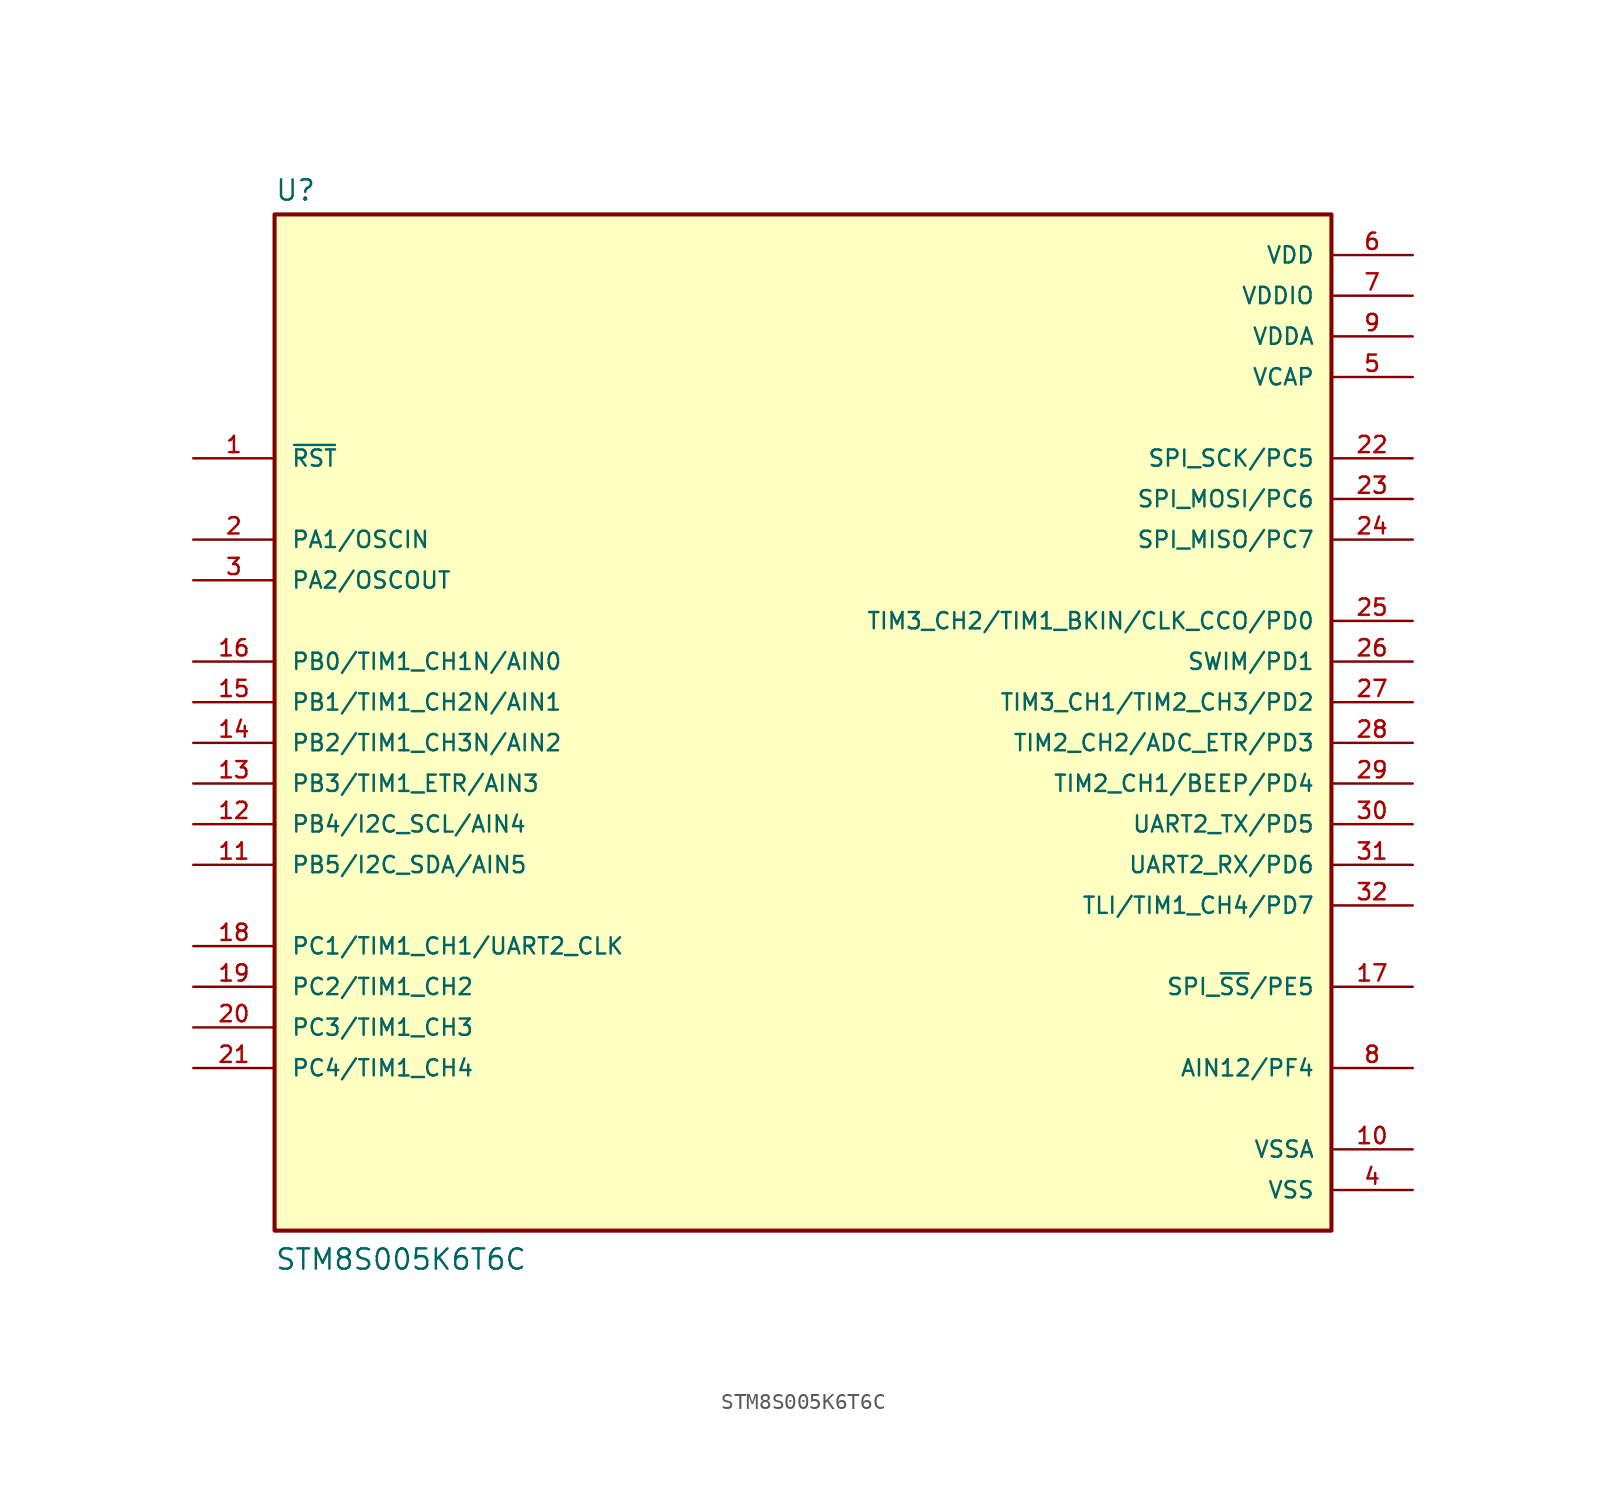
<source format=kicad_sym>
(kicad_symbol_lib
  (version 20211014)
  (generator kicad_symbol_editor)
  (symbol "STM8S005K6T6C"
    (pin_names
      (offset 1.016))
    (property "Reference" "U"
      (at -33.02 33.782 0)
      (effects (font (size 1.27 1.27)) (justify bottom left)))
    (property "Value" "STM8S005K6T6C"
      (at -33.02 -33.02 0)
      (effects (font (size 1.27 1.27)) (justify bottom left)))
    (symbol "STM8S005K6T6C_0_0"
      (rectangle (start -33.02 -30.48) (end 33.02 33.02) (stroke (width 0.254)) (fill (type background)))
      (pin bidirectional line (at -38.1 17.78 0) (length 5.08) (name "~{RST}" (effects (font (size 1.016 1.016)))) (number "1" (effects (font (size 1.016 1.016)))))
      (pin bidirectional line (at -38.1 12.7 0) (length 5.08) (name "PA1/OSCIN" (effects (font (size 1.016 1.016)))) (number "2" (effects (font (size 1.016 1.016)))))
      (pin bidirectional line (at -38.1 10.16 0) (length 5.08) (name "PA2/OSCOUT" (effects (font (size 1.016 1.016)))) (number "3" (effects (font (size 1.016 1.016)))))
      (pin power_in line (at 38.1 -27.94 180.0) (length 5.08) (name "VSS" (effects (font (size 1.016 1.016)))) (number "4" (effects (font (size 1.016 1.016)))))
      (pin power_in line (at 38.1 22.86 180.0) (length 5.08) (name "VCAP" (effects (font (size 1.016 1.016)))) (number "5" (effects (font (size 1.016 1.016)))))
      (pin power_in line (at 38.1 30.48 180.0) (length 5.08) (name "VDD" (effects (font (size 1.016 1.016)))) (number "6" (effects (font (size 1.016 1.016)))))
      (pin power_in line (at 38.1 27.94 180.0) (length 5.08) (name "VDDIO" (effects (font (size 1.016 1.016)))) (number "7" (effects (font (size 1.016 1.016)))))
      (pin bidirectional line (at 38.1 -20.32 180.0) (length 5.08) (name "AIN12/PF4" (effects (font (size 1.016 1.016)))) (number "8" (effects (font (size 1.016 1.016)))))
      (pin power_in line (at 38.1 25.4 180.0) (length 5.08) (name "VDDA" (effects (font (size 1.016 1.016)))) (number "9" (effects (font (size 1.016 1.016)))))
      (pin power_in line (at 38.1 -25.4 180.0) (length 5.08) (name "VSSA" (effects (font (size 1.016 1.016)))) (number "10" (effects (font (size 1.016 1.016)))))
      (pin bidirectional line (at -38.1 -7.62 0) (length 5.08) (name "PB5/I2C_SDA/AIN5" (effects (font (size 1.016 1.016)))) (number "11" (effects (font (size 1.016 1.016)))))
      (pin bidirectional line (at -38.1 -5.08 0) (length 5.08) (name "PB4/I2C_SCL/AIN4" (effects (font (size 1.016 1.016)))) (number "12" (effects (font (size 1.016 1.016)))))
      (pin bidirectional line (at -38.1 -2.54 0) (length 5.08) (name "PB3/TIM1_ETR/AIN3" (effects (font (size 1.016 1.016)))) (number "13" (effects (font (size 1.016 1.016)))))
      (pin bidirectional line (at -38.1 0.0 0) (length 5.08) (name "PB2/TIM1_CH3N/AIN2" (effects (font (size 1.016 1.016)))) (number "14" (effects (font (size 1.016 1.016)))))
      (pin bidirectional line (at -38.1 2.54 0) (length 5.08) (name "PB1/TIM1_CH2N/AIN1" (effects (font (size 1.016 1.016)))) (number "15" (effects (font (size 1.016 1.016)))))
      (pin bidirectional line (at -38.1 5.08 0) (length 5.08) (name "PB0/TIM1_CH1N/AIN0" (effects (font (size 1.016 1.016)))) (number "16" (effects (font (size 1.016 1.016)))))
      (pin bidirectional line (at 38.1 -15.24 180.0) (length 5.08) (name "SPI_~{SS}/PE5" (effects (font (size 1.016 1.016)))) (number "17" (effects (font (size 1.016 1.016)))))
      (pin bidirectional line (at -38.1 -12.7 0) (length 5.08) (name "PC1/TIM1_CH1/UART2_CLK" (effects (font (size 1.016 1.016)))) (number "18" (effects (font (size 1.016 1.016)))))
      (pin bidirectional line (at -38.1 -15.24 0) (length 5.08) (name "PC2/TIM1_CH2" (effects (font (size 1.016 1.016)))) (number "19" (effects (font (size 1.016 1.016)))))
      (pin bidirectional line (at -38.1 -17.78 0) (length 5.08) (name "PC3/TIM1_CH3" (effects (font (size 1.016 1.016)))) (number "20" (effects (font (size 1.016 1.016)))))
      (pin bidirectional line (at -38.1 -20.32 0) (length 5.08) (name "PC4/TIM1_CH4" (effects (font (size 1.016 1.016)))) (number "21" (effects (font (size 1.016 1.016)))))
      (pin bidirectional line (at 38.1 17.78 180.0) (length 5.08) (name "SPI_SCK/PC5" (effects (font (size 1.016 1.016)))) (number "22" (effects (font (size 1.016 1.016)))))
      (pin bidirectional line (at 38.1 15.24 180.0) (length 5.08) (name "SPI_MOSI/PC6" (effects (font (size 1.016 1.016)))) (number "23" (effects (font (size 1.016 1.016)))))
      (pin bidirectional line (at 38.1 12.7 180.0) (length 5.08) (name "SPI_MISO/PC7" (effects (font (size 1.016 1.016)))) (number "24" (effects (font (size 1.016 1.016)))))
      (pin bidirectional line (at 38.1 7.62 180.0) (length 5.08) (name "TIM3_CH2/TIM1_BKIN/CLK_CCO/PD0" (effects (font (size 1.016 1.016)))) (number "25" (effects (font (size 1.016 1.016)))))
      (pin bidirectional line (at 38.1 5.08 180.0) (length 5.08) (name "SWIM/PD1" (effects (font (size 1.016 1.016)))) (number "26" (effects (font (size 1.016 1.016)))))
      (pin bidirectional line (at 38.1 2.54 180.0) (length 5.08) (name "TIM3_CH1/TIM2_CH3/PD2" (effects (font (size 1.016 1.016)))) (number "27" (effects (font (size 1.016 1.016)))))
      (pin bidirectional line (at 38.1 0.0 180.0) (length 5.08) (name "TIM2_CH2/ADC_ETR/PD3" (effects (font (size 1.016 1.016)))) (number "28" (effects (font (size 1.016 1.016)))))
      (pin bidirectional line (at 38.1 -2.54 180.0) (length 5.08) (name "TIM2_CH1/BEEP/PD4" (effects (font (size 1.016 1.016)))) (number "29" (effects (font (size 1.016 1.016)))))
      (pin bidirectional line (at 38.1 -5.08 180.0) (length 5.08) (name "UART2_TX/PD5" (effects (font (size 1.016 1.016)))) (number "30" (effects (font (size 1.016 1.016)))))
      (pin bidirectional line (at 38.1 -7.62 180.0) (length 5.08) (name "UART2_RX/PD6" (effects (font (size 1.016 1.016)))) (number "31" (effects (font (size 1.016 1.016)))))
      (pin bidirectional line (at 38.1 -10.16 180.0) (length 5.08) (name "TLI/TIM1_CH4/PD7" (effects (font (size 1.016 1.016)))) (number "32" (effects (font (size 1.016 1.016))))))))
</source>
